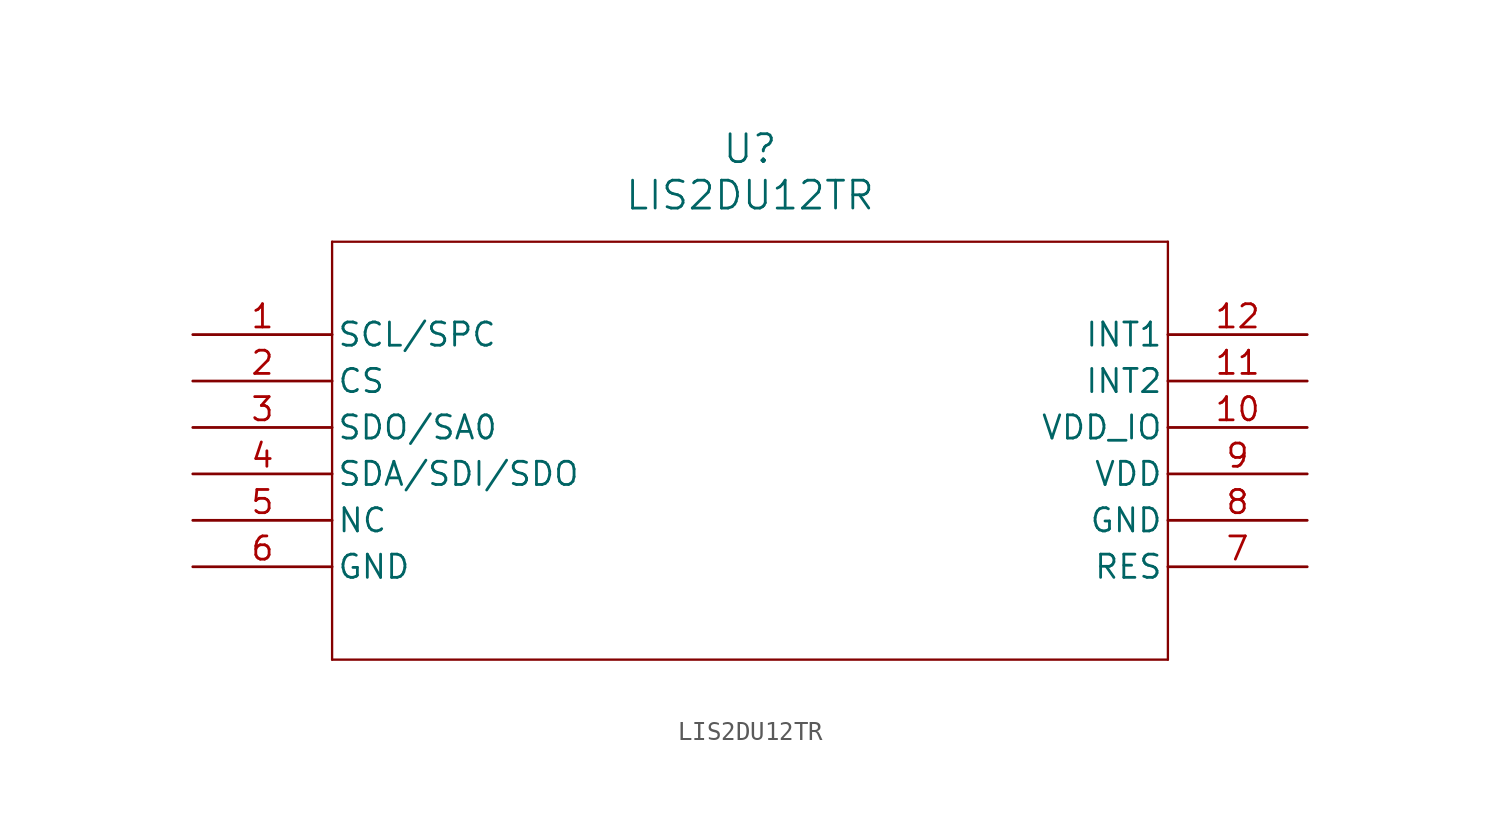
<source format=kicad_sym>
(kicad_symbol_lib
  (version 20231120)
  (generator "kicad_symbol_editor")
  (generator_version "8.0")
  (symbol "LIS2DU12TR"
    (pin_names
      (offset 0.254))
    (property "Reference" "U"
      (at 30.48 10.16 0)
      (effects (font (size 1.524 1.524))))
    (property "Value" "LIS2DU12TR"
      (at 30.48 7.62 0)
      (effects (font (size 1.524 1.524))))
    (property "ki_locked" ""
      (at 0 0 0)
      (effects (font (size 1.27 1.27))))
    (symbol "LIS2DU12TR_0_1"
      (polyline (pts (xy 7.62 -17.78) (xy 53.34 -17.78)) (stroke (width 0.127) (type default)) (fill (type none)))
      (polyline (pts (xy 7.62 5.08) (xy 7.62 -17.78)) (stroke (width 0.127) (type default)) (fill (type none)))
      (polyline (pts (xy 53.34 -17.78) (xy 53.34 5.08)) (stroke (width 0.127) (type default)) (fill (type none)))
      (polyline (pts (xy 53.34 5.08) (xy 7.62 5.08)) (stroke (width 0.127) (type default)) (fill (type none)))
      (pin input line (at 60.96 -2.54 180) (length 7.62) (name "INT2" (effects (font (size 1.27 1.27)))) (number "11" (effects (font (size 1.27 1.27)))))
      (pin input line (at 60.96 0 180) (length 7.62) (name "INT1" (effects (font (size 1.27 1.27)))) (number "12" (effects (font (size 1.27 1.27)))))
      (pin output line (at 0 -5.08 0) (length 7.62) (name "SDO/SA0" (effects (font (size 1.27 1.27)))) (number "3" (effects (font (size 1.27 1.27)))))
      (pin bidirectional line (at 0 -7.62 0) (length 7.62) (name "SDA/SDI/SDO" (effects (font (size 1.27 1.27)))) (number "4" (effects (font (size 1.27 1.27)))))
      (pin power_in line (at 60.96 -7.62 180) (length 7.62) (name "VDD" (effects (font (size 1.27 1.27)))) (number "9" (effects (font (size 1.27 1.27))))))
    (symbol "LIS2DU12TR_1_1"
      (pin input line (at 0 0 0) (length 7.62) (name "SCL/SPC" (effects (font (size 1.27 1.27)))) (number "1" (effects (font (size 1.27 1.27)))))
      (pin power_in line (at 60.96 -5.08 180) (length 7.62) (name "VDD_IO" (effects (font (size 1.27 1.27)))) (number "10" (effects (font (size 1.27 1.27)))))
      (pin input line (at 0 -2.54 0) (length 7.62) (name "CS" (effects (font (size 1.27 1.27)))) (number "2" (effects (font (size 1.27 1.27)))))
      (pin passive line (at 0 -10.16 0) (length 7.62) (name "NC" (effects (font (size 1.27 1.27)))) (number "5" (effects (font (size 1.27 1.27)))))
      (pin power_in line (at 0 -12.7 0) (length 7.62) (name "GND" (effects (font (size 1.27 1.27)))) (number "6" (effects (font (size 1.27 1.27)))))
      (pin passive line (at 60.96 -12.7 180) (length 7.62) (name "RES" (effects (font (size 1.27 1.27)))) (number "7" (effects (font (size 1.27 1.27)))))
      (pin power_in line (at 60.96 -10.16 180) (length 7.62) (name "GND" (effects (font (size 1.27 1.27)))) (number "8" (effects (font (size 1.27 1.27))))))))
</source>
